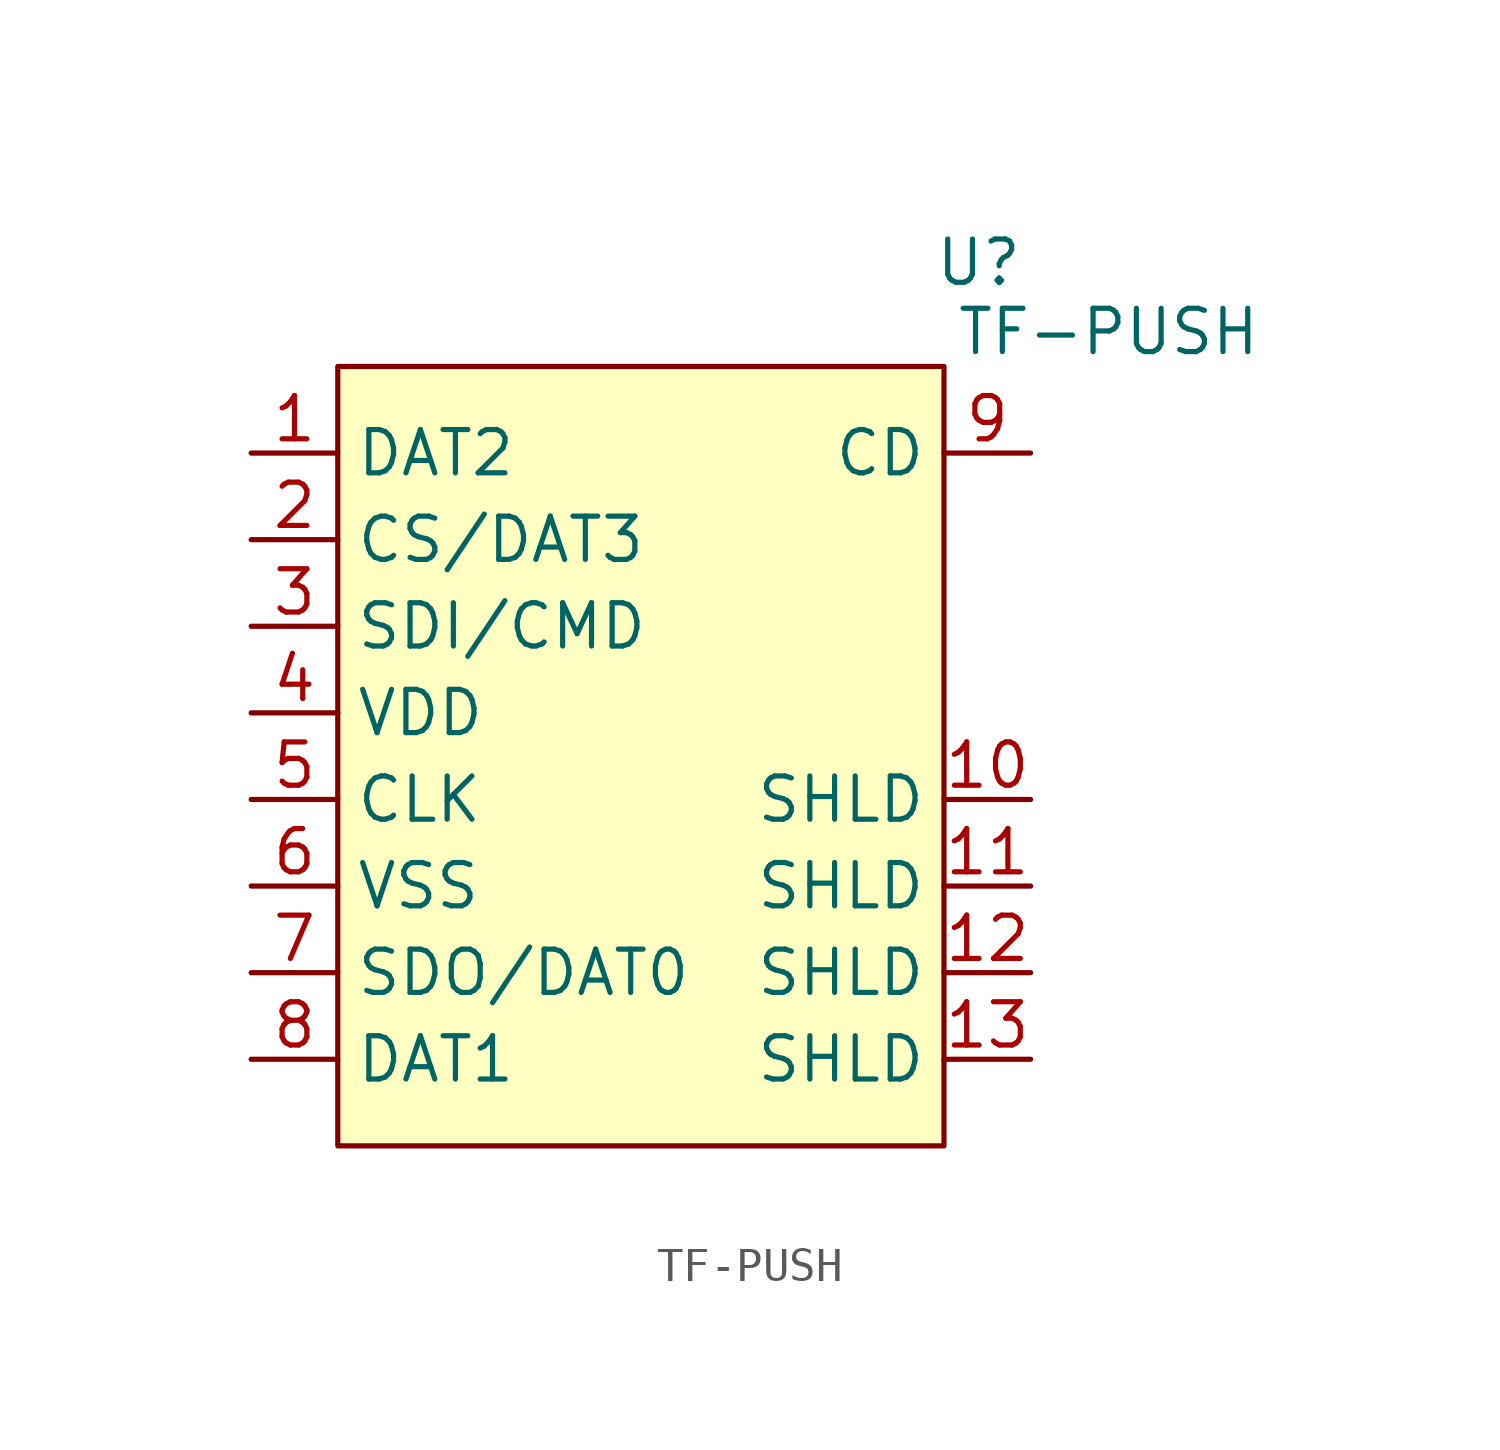
<source format=kicad_sym>
(kicad_symbol_lib
  (version 20241209)
  (generator "kicad_symbol_editor")
  (generator_version "9.0")
  (symbol "TF-PUSH"
    (property "Reference" "U"
      (at 11.176 25.908 0)
      (effects (font (size 1.27 1.27))))
    (property "Value" "TF-PUSH"
      (at 14.986 23.876 0)
      (effects (font (size 1.27 1.27))))
    (symbol "TF-PUSH_0_0"
      (pin bidirectional line (at -10.16 20.32 0) (length 2.54) (name "DAT2" (effects (font (size 1.27 1.27)))) (number "1" (effects (font (size 1.27 1.27)))))
      (pin bidirectional line (at -10.16 12.7 0) (length 2.54) (name "VDD" (effects (font (size 1.27 1.27)))) (number "4" (effects (font (size 1.27 1.27)))))
      (pin bidirectional line (at -10.16 7.62 0) (length 2.54) (name "VSS" (effects (font (size 1.27 1.27)))) (number "6" (effects (font (size 1.27 1.27)))))
      (pin bidirectional line (at -10.16 2.54 0) (length 2.54) (name "DAT1" (effects (font (size 1.27 1.27)))) (number "8" (effects (font (size 1.27 1.27)))))
      (pin bidirectional line (at 12.7 20.32 180) (length 2.54) (name "CD" (effects (font (size 1.27 1.27)))) (number "9" (effects (font (size 1.27 1.27)))))
      (pin bidirectional line (at 12.7 10.16 180) (length 2.54) (name "SHLD" (effects (font (size 1.27 1.27)))) (number "10" (effects (font (size 1.27 1.27)))))
      (pin bidirectional line (at 12.7 7.62 180) (length 2.54) (name "SHLD" (effects (font (size 1.27 1.27)))) (number "11" (effects (font (size 1.27 1.27)))))
      (pin bidirectional line (at 12.7 5.08 180) (length 2.54) (name "SHLD" (effects (font (size 1.27 1.27)))) (number "12" (effects (font (size 1.27 1.27)))))
      (pin bidirectional line (at 12.7 2.54 180) (length 2.54) (name "SHLD" (effects (font (size 1.27 1.27)))) (number "13" (effects (font (size 1.27 1.27))))))
    (symbol "TF-PUSH_1_0"
      (pin bidirectional line (at -10.16 17.78 0) (length 2.54) (name "CS/DAT3" (effects (font (size 1.27 1.27)))) (number "2" (effects (font (size 1.27 1.27)))))
      (pin bidirectional line (at -10.16 15.24 0) (length 2.54) (name "SDI/CMD" (effects (font (size 1.27 1.27)))) (number "3" (effects (font (size 1.27 1.27)))))
      (pin bidirectional line (at -10.16 10.16 0) (length 2.54) (name "CLK" (effects (font (size 1.27 1.27)))) (number "5" (effects (font (size 1.27 1.27)))))
      (pin bidirectional line (at -10.16 5.08 0) (length 2.54) (name "SDO/DAT0" (effects (font (size 1.27 1.27)))) (number "7" (effects (font (size 1.27 1.27))))))
    (symbol "TF-PUSH_1_1"
      (rectangle (start -7.62 22.86) (end 10.16 0) (stroke (width 0) (type solid)) (fill (type background))))))
</source>
